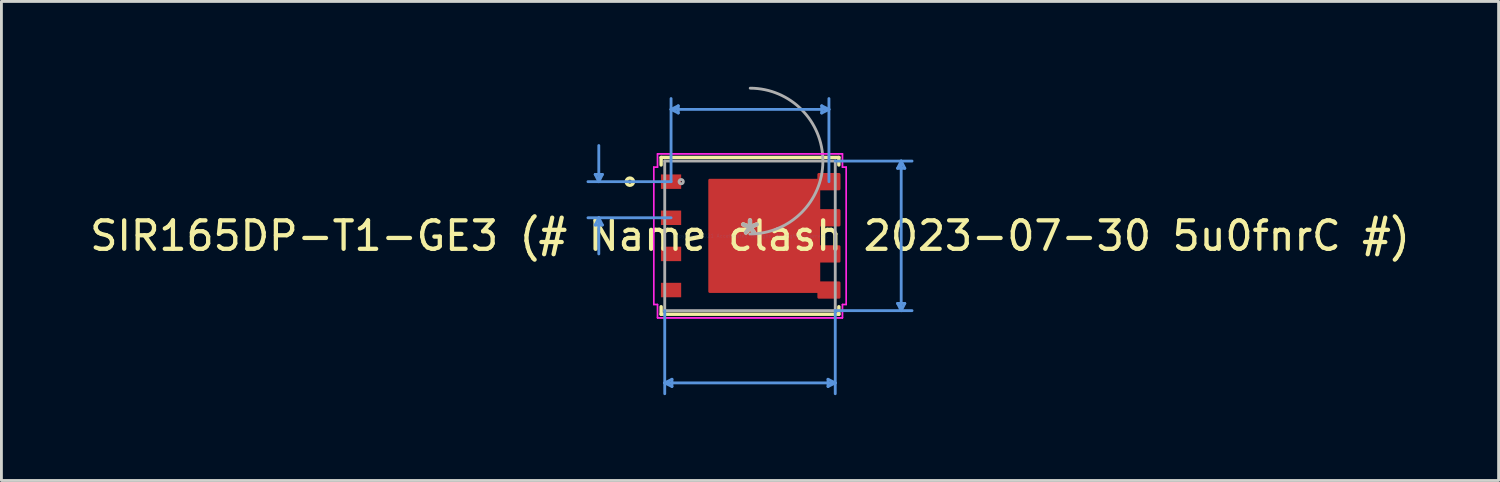
<source format=kicad_pcb>
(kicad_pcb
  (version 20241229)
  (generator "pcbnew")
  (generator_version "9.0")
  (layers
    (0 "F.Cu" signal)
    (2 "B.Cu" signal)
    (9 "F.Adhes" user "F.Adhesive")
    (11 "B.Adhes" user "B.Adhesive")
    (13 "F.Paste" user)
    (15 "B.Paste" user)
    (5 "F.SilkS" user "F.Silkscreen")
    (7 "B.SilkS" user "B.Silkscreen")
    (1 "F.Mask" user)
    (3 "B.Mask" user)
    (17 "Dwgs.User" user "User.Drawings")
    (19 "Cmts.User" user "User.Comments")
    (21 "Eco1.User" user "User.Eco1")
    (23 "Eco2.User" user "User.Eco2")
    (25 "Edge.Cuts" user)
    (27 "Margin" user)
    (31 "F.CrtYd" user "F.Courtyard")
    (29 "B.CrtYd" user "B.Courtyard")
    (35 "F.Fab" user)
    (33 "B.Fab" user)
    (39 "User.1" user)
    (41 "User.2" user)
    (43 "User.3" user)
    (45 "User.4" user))
  (footprint "SIR165DP-T1-GE3 (# Name clash 2023-07-30 5u0fnrC #)"
    (layer "F.Cu")
    (at 23.315 5.241)
    (property "Reference" "SIR165DP-T1-GE3 (# Name clash 2023-07-30 5u0fnrC #)" (at 0 0 0) (layer "F.SilkS") (effects (font (size 1 1) (thickness 0.15))))
    (attr through_hole)
    (fp_poly (pts (xy -1.416 -1.956) (xy -1.416 1.956) (xy 2.419 1.956) (xy 2.419 2.159) (xy 3.131 2.159) (xy 3.131 1.651) (xy 2.419 1.651) (xy 2.419 0.889) (xy 3.131 0.889) (xy 3.131 0.381) (xy 2.419 0.381) (xy 2.419 -0.381) (xy 3.131 -0.381) (xy 3.131 -0.889) (xy 2.419 -0.889) (xy 2.419 -1.651) (xy 3.131 -1.651) (xy 3.131 -2.159) (xy 2.419 -2.159) (xy 2.419 -1.956)) (stroke (width 0.1) (type solid)) (fill yes) (layer "F.Cu"))
    (fp_poly (pts (xy -1.416 -1.956) (xy -1.416 1.956) (xy 2.419 1.956) (xy 2.419 2.159) (xy 3.131 2.159) (xy 3.131 1.651) (xy 2.419 1.651) (xy 2.419 0.889) (xy 3.131 0.889) (xy 3.131 0.381) (xy 2.419 0.381) (xy 2.419 -0.381) (xy 3.131 -0.381) (xy 3.131 -0.889) (xy 2.419 -0.889) (xy 2.419 -1.651) (xy 3.131 -1.651) (xy 3.131 -2.159) (xy 2.419 -2.159) (xy 2.419 -1.956)) (stroke (width 0.1) (type solid)) (fill yes) (layer "F.Mask"))
    (fp_line (start -3.124 -2.756) (end -3.124 -2.492) (stroke (width 0.12) (type solid)) (layer "F.SilkS"))
    (fp_line (start -3.124 2.492) (end -3.124 2.756) (stroke (width 0.12) (type solid)) (layer "F.SilkS"))
    (fp_line (start -3.124 2.756) (end 3.124 2.756) (stroke (width 0.12) (type solid)) (layer "F.SilkS"))
    (fp_line (start 3.124 -2.756) (end -3.124 -2.756) (stroke (width 0.12) (type solid)) (layer "F.SilkS"))
    (fp_line (start 3.124 -2.492) (end 3.124 -2.756) (stroke (width 0.12) (type solid)) (layer "F.SilkS"))
    (fp_line (start 3.124 2.756) (end 3.124 2.492) (stroke (width 0.12) (type solid)) (layer "F.SilkS"))
    (fp_circle (center -4.223 -1.905) (end -4.096 -1.905) (stroke (width 0.12) (type solid)) (fill no) (layer "F.SilkS"))
    (fp_poly (pts (xy -1.818 -1.856) (xy -1.818 -0.752) (xy -0.739 -0.752) (xy -0.739 -1.856)) (stroke (width 0.1) (type solid)) (fill yes) (layer "F.Paste"))
    (fp_poly (pts (xy -1.818 -0.552) (xy -1.818 0.552) (xy -0.739 0.552) (xy -0.739 -0.552)) (stroke (width 0.1) (type solid)) (fill yes) (layer "F.Paste"))
    (fp_poly (pts (xy -1.818 0.752) (xy -1.818 1.856) (xy -0.739 1.856) (xy -0.739 0.752)) (stroke (width 0.1) (type solid)) (fill yes) (layer "F.Paste"))
    (fp_poly (pts (xy -0.539 -1.856) (xy -0.539 -0.752) (xy 0.539 -0.752) (xy 0.539 -1.856)) (stroke (width 0.1) (type solid)) (fill yes) (layer "F.Paste"))
    (fp_poly (pts (xy -0.539 -0.552) (xy -0.539 0.552) (xy 0.539 0.552) (xy 0.539 -0.552)) (stroke (width 0.1) (type solid)) (fill yes) (layer "F.Paste"))
    (fp_poly (pts (xy -0.539 0.752) (xy -0.539 1.856) (xy 0.539 1.856) (xy 0.539 0.752)) (stroke (width 0.1) (type solid)) (fill yes) (layer "F.Paste"))
    (fp_poly (pts (xy 0.739 -1.856) (xy 0.739 -0.752) (xy 1.818 -0.752) (xy 1.818 -1.856)) (stroke (width 0.1) (type solid)) (fill yes) (layer "F.Paste"))
    (fp_poly (pts (xy 0.739 -0.552) (xy 0.739 0.552) (xy 1.818 0.552) (xy 1.818 -0.552)) (stroke (width 0.1) (type solid)) (fill yes) (layer "F.Paste"))
    (fp_poly (pts (xy 0.739 0.752) (xy 0.739 1.856) (xy 1.818 1.856) (xy 1.818 0.752)) (stroke (width 0.1) (type solid)) (fill yes) (layer "F.Paste"))
    (fp_poly (pts (xy -1.416 -1.956) (xy -1.416 1.956) (xy 2.419 1.956) (xy 2.419 2.159) (xy 3.131 2.159) (xy 3.131 1.651) (xy 2.419 1.651) (xy 2.419 0.889) (xy 3.131 0.889) (xy 3.131 0.381) (xy 2.419 0.381) (xy 2.419 -0.381) (xy 3.131 -0.381) (xy 3.131 -0.889) (xy 2.419 -0.889) (xy 2.419 -1.651) (xy 3.131 -1.651) (xy 3.131 -2.159) (xy 2.419 -2.159) (xy 2.419 -1.956)) (stroke (width 0.1) (type solid)) (fill yes) (layer "F.Paste"))
    (fp_line (start -5.442 -2.159) (end -5.188 -2.159) (stroke (width 0.1) (type solid)) (layer "Cmts.User"))
    (fp_line (start -5.442 -0.381) (end -5.188 -0.381) (stroke (width 0.1) (type solid)) (layer "Cmts.User"))
    (fp_line (start -5.315 -1.905) (end -5.442 -2.159) (stroke (width 0.1) (type solid)) (layer "Cmts.User"))
    (fp_line (start -5.315 -1.905) (end -5.315 -3.175) (stroke (width 0.1) (type solid)) (layer "Cmts.User"))
    (fp_line (start -5.315 -1.905) (end -5.188 -2.159) (stroke (width 0.1) (type solid)) (layer "Cmts.User"))
    (fp_line (start -5.315 -0.635) (end -5.442 -0.381) (stroke (width 0.1) (type solid)) (layer "Cmts.User"))
    (fp_line (start -5.315 -0.635) (end -5.315 0.635) (stroke (width 0.1) (type solid)) (layer "Cmts.User"))
    (fp_line (start -5.315 -0.635) (end -5.188 -0.381) (stroke (width 0.1) (type solid)) (layer "Cmts.User"))
    (fp_line (start -2.997 2.629) (end -2.997 5.55) (stroke (width 0.1) (type solid)) (layer "Cmts.User"))
    (fp_line (start -2.997 5.169) (end -2.743 5.042) (stroke (width 0.1) (type solid)) (layer "Cmts.User"))
    (fp_line (start -2.997 5.169) (end -2.743 5.296) (stroke (width 0.1) (type solid)) (layer "Cmts.User"))
    (fp_line (start -2.997 5.169) (end 2.997 5.169) (stroke (width 0.1) (type solid)) (layer "Cmts.User"))
    (fp_line (start -2.775 -4.445) (end -2.521 -4.572) (stroke (width 0.1) (type solid)) (layer "Cmts.User"))
    (fp_line (start -2.775 -4.445) (end -2.521 -4.318) (stroke (width 0.1) (type solid)) (layer "Cmts.User"))
    (fp_line (start -2.775 -4.445) (end 2.775 -4.445) (stroke (width 0.1) (type solid)) (layer "Cmts.User"))
    (fp_line (start -2.775 -1.905) (end -5.696 -1.905) (stroke (width 0.1) (type solid)) (layer "Cmts.User"))
    (fp_line (start -2.775 -1.905) (end -2.775 -4.826) (stroke (width 0.1) (type solid)) (layer "Cmts.User"))
    (fp_line (start -2.775 -0.635) (end -5.696 -0.635) (stroke (width 0.1) (type solid)) (layer "Cmts.User"))
    (fp_line (start -2.743 5.042) (end -2.743 5.296) (stroke (width 0.1) (type solid)) (layer "Cmts.User"))
    (fp_line (start -2.521 -4.572) (end -2.521 -4.318) (stroke (width 0.1) (type solid)) (layer "Cmts.User"))
    (fp_line (start 2.521 -4.572) (end 2.521 -4.318) (stroke (width 0.1) (type solid)) (layer "Cmts.User"))
    (fp_line (start 2.743 5.042) (end 2.743 5.296) (stroke (width 0.1) (type solid)) (layer "Cmts.User"))
    (fp_line (start 2.775 -4.445) (end 2.521 -4.572) (stroke (width 0.1) (type solid)) (layer "Cmts.User"))
    (fp_line (start 2.775 -4.445) (end 2.521 -4.318) (stroke (width 0.1) (type solid)) (layer "Cmts.User"))
    (fp_line (start 2.775 -1.905) (end 2.775 -4.826) (stroke (width 0.1) (type solid)) (layer "Cmts.User"))
    (fp_line (start 2.997 -2.629) (end 5.696 -2.629) (stroke (width 0.1) (type solid)) (layer "Cmts.User"))
    (fp_line (start 2.997 2.629) (end 2.997 5.55) (stroke (width 0.1) (type solid)) (layer "Cmts.User"))
    (fp_line (start 2.997 2.629) (end 5.696 2.629) (stroke (width 0.1) (type solid)) (layer "Cmts.User"))
    (fp_line (start 2.997 5.169) (end 2.743 5.042) (stroke (width 0.1) (type solid)) (layer "Cmts.User"))
    (fp_line (start 2.997 5.169) (end 2.743 5.296) (stroke (width 0.1) (type solid)) (layer "Cmts.User"))
    (fp_line (start 5.188 -2.375) (end 5.442 -2.375) (stroke (width 0.1) (type solid)) (layer "Cmts.User"))
    (fp_line (start 5.188 2.375) (end 5.442 2.375) (stroke (width 0.1) (type solid)) (layer "Cmts.User"))
    (fp_line (start 5.315 -2.629) (end 5.188 -2.375) (stroke (width 0.1) (type solid)) (layer "Cmts.User"))
    (fp_line (start 5.315 -2.629) (end 5.315 2.629) (stroke (width 0.1) (type solid)) (layer "Cmts.User"))
    (fp_line (start 5.315 -2.629) (end 5.442 -2.375) (stroke (width 0.1) (type solid)) (layer "Cmts.User"))
    (fp_line (start 5.315 2.629) (end 5.188 2.375) (stroke (width 0.1) (type solid)) (layer "Cmts.User"))
    (fp_line (start 5.315 2.629) (end 5.442 2.375) (stroke (width 0.1) (type solid)) (layer "Cmts.User"))
    (fp_line (start -3.385 -2.413) (end -3.251 -2.413) (stroke (width 0.05) (type solid)) (layer "F.CrtYd"))
    (fp_line (start -3.385 -2.413) (end -3.251 -2.413) (stroke (width 0.05) (type solid)) (layer "F.CrtYd"))
    (fp_line (start -3.385 2.413) (end -3.385 -2.413) (stroke (width 0.05) (type solid)) (layer "F.CrtYd"))
    (fp_line (start -3.385 2.413) (end -3.385 -2.413) (stroke (width 0.05) (type solid)) (layer "F.CrtYd"))
    (fp_line (start -3.385 2.413) (end -3.251 2.413) (stroke (width 0.05) (type solid)) (layer "F.CrtYd"))
    (fp_line (start -3.251 -2.883) (end 3.251 -2.883) (stroke (width 0.05) (type solid)) (layer "F.CrtYd"))
    (fp_line (start -3.251 -2.883) (end 3.251 -2.883) (stroke (width 0.05) (type solid)) (layer "F.CrtYd"))
    (fp_line (start -3.251 -2.413) (end -3.251 -2.883) (stroke (width 0.05) (type solid)) (layer "F.CrtYd"))
    (fp_line (start -3.251 -2.413) (end -3.251 -2.883) (stroke (width 0.05) (type solid)) (layer "F.CrtYd"))
    (fp_line (start -3.251 2.413) (end -3.385 2.413) (stroke (width 0.05) (type solid)) (layer "F.CrtYd"))
    (fp_line (start -3.251 2.883) (end -3.251 2.413) (stroke (width 0.05) (type solid)) (layer "F.CrtYd"))
    (fp_line (start -3.251 2.883) (end -3.251 2.413) (stroke (width 0.05) (type solid)) (layer "F.CrtYd"))
    (fp_line (start 3.251 -2.883) (end 3.251 -2.413) (stroke (width 0.05) (type solid)) (layer "F.CrtYd"))
    (fp_line (start 3.251 -2.883) (end 3.251 -2.413) (stroke (width 0.05) (type solid)) (layer "F.CrtYd"))
    (fp_line (start 3.251 -2.413) (end 3.385 -2.413) (stroke (width 0.05) (type solid)) (layer "F.CrtYd"))
    (fp_line (start 3.251 2.413) (end 3.251 2.883) (stroke (width 0.05) (type solid)) (layer "F.CrtYd"))
    (fp_line (start 3.251 2.413) (end 3.251 2.883) (stroke (width 0.05) (type solid)) (layer "F.CrtYd"))
    (fp_line (start 3.251 2.883) (end -3.251 2.883) (stroke (width 0.05) (type solid)) (layer "F.CrtYd"))
    (fp_line (start 3.251 2.883) (end -3.251 2.883) (stroke (width 0.05) (type solid)) (layer "F.CrtYd"))
    (fp_line (start 3.385 -2.413) (end 3.251 -2.413) (stroke (width 0.05) (type solid)) (layer "F.CrtYd"))
    (fp_line (start 3.385 -2.413) (end 3.385 2.413) (stroke (width 0.05) (type solid)) (layer "F.CrtYd"))
    (fp_line (start 3.385 -2.413) (end 3.385 2.413) (stroke (width 0.05) (type solid)) (layer "F.CrtYd"))
    (fp_line (start 3.385 2.413) (end 3.251 2.413) (stroke (width 0.05) (type solid)) (layer "F.CrtYd"))
    (fp_line (start 3.385 2.413) (end 3.251 2.413) (stroke (width 0.05) (type solid)) (layer "F.CrtYd"))
    (fp_line (start -2.997 -2.629) (end -2.997 2.629) (stroke (width 0.1) (type solid)) (layer "F.Fab"))
    (fp_line (start -2.997 2.629) (end 2.997 2.629) (stroke (width 0.1) (type solid)) (layer "F.Fab"))
    (fp_line (start 2.997 -2.629) (end -2.997 -2.629) (stroke (width 0.1) (type solid)) (layer "F.Fab"))
    (fp_line (start 2.997 2.629) (end 2.997 -2.629) (stroke (width 0.1) (type solid)) (layer "F.Fab"))
    (fp_arc (start 0.007742 -5.191026) (mid 2.562126 -2.621158) (end -0.007742 -0.066774) (stroke (width 0.1) (type solid)) (layer "F.Fab"))
    (fp_circle (center -2.419 -1.905) (end -2.343 -1.905) (stroke (width 0.1) (type solid)) (fill no) (layer "F.Fab"))
    (fp_text user "*" (at 0 0 0) (layer "F.SilkS") (effects (font (size 1 1) (thickness 0.15))))
    (fp_text user "Copyright 2021 Accelerated Designs. All rights reserved." (at 0 0 0) (layer "Cmts.User") (effects (font (size 0.127 0.127) (thickness 0.002))))
    (fp_text user "*" (at 0 0 0) (layer "F.Fab") (effects (font (size 1 1) (thickness 0.15))))
    (pad "1" smd rect (at -2.775 -1.905) (size 0.711 0.508) (layers "F.Cu" "F.Mask" "F.Paste"))
    (pad "2" smd rect (at -2.775 -0.635) (size 0.711 0.508) (layers "F.Cu" "F.Mask" "F.Paste"))
    (pad "3" smd rect (at -2.775 0.635) (size 0.711 0.508) (layers "F.Cu" "F.Mask" "F.Paste"))
    (pad "4" smd rect (at -2.775 1.905) (size 0.711 0.508) (layers "F.Cu" "F.Mask" "F.Paste"))
    (pad "5" smd rect (at 2.775 1.905) (size 0.711 0.508) (layers "F.Cu" "F.Mask" "F.Paste"))
    (pad "6" smd rect (at 2.775 0.635) (size 0.711 0.508) (layers "F.Cu" "F.Mask" "F.Paste"))
    (pad "7" smd rect (at 2.775 -0.635) (size 0.711 0.508) (layers "F.Cu" "F.Mask" "F.Paste"))
    (pad "8" smd rect (at 2.775 -1.905) (size 0.711 0.508) (layers "F.Cu" "F.Mask" "F.Paste")))
  (gr_rect
    (start -3 -3)
    (end 49.631 13.841)
    (stroke (width 0.1) (type default))
    (fill no)
    (layer "Edge.Cuts")))
</source>
